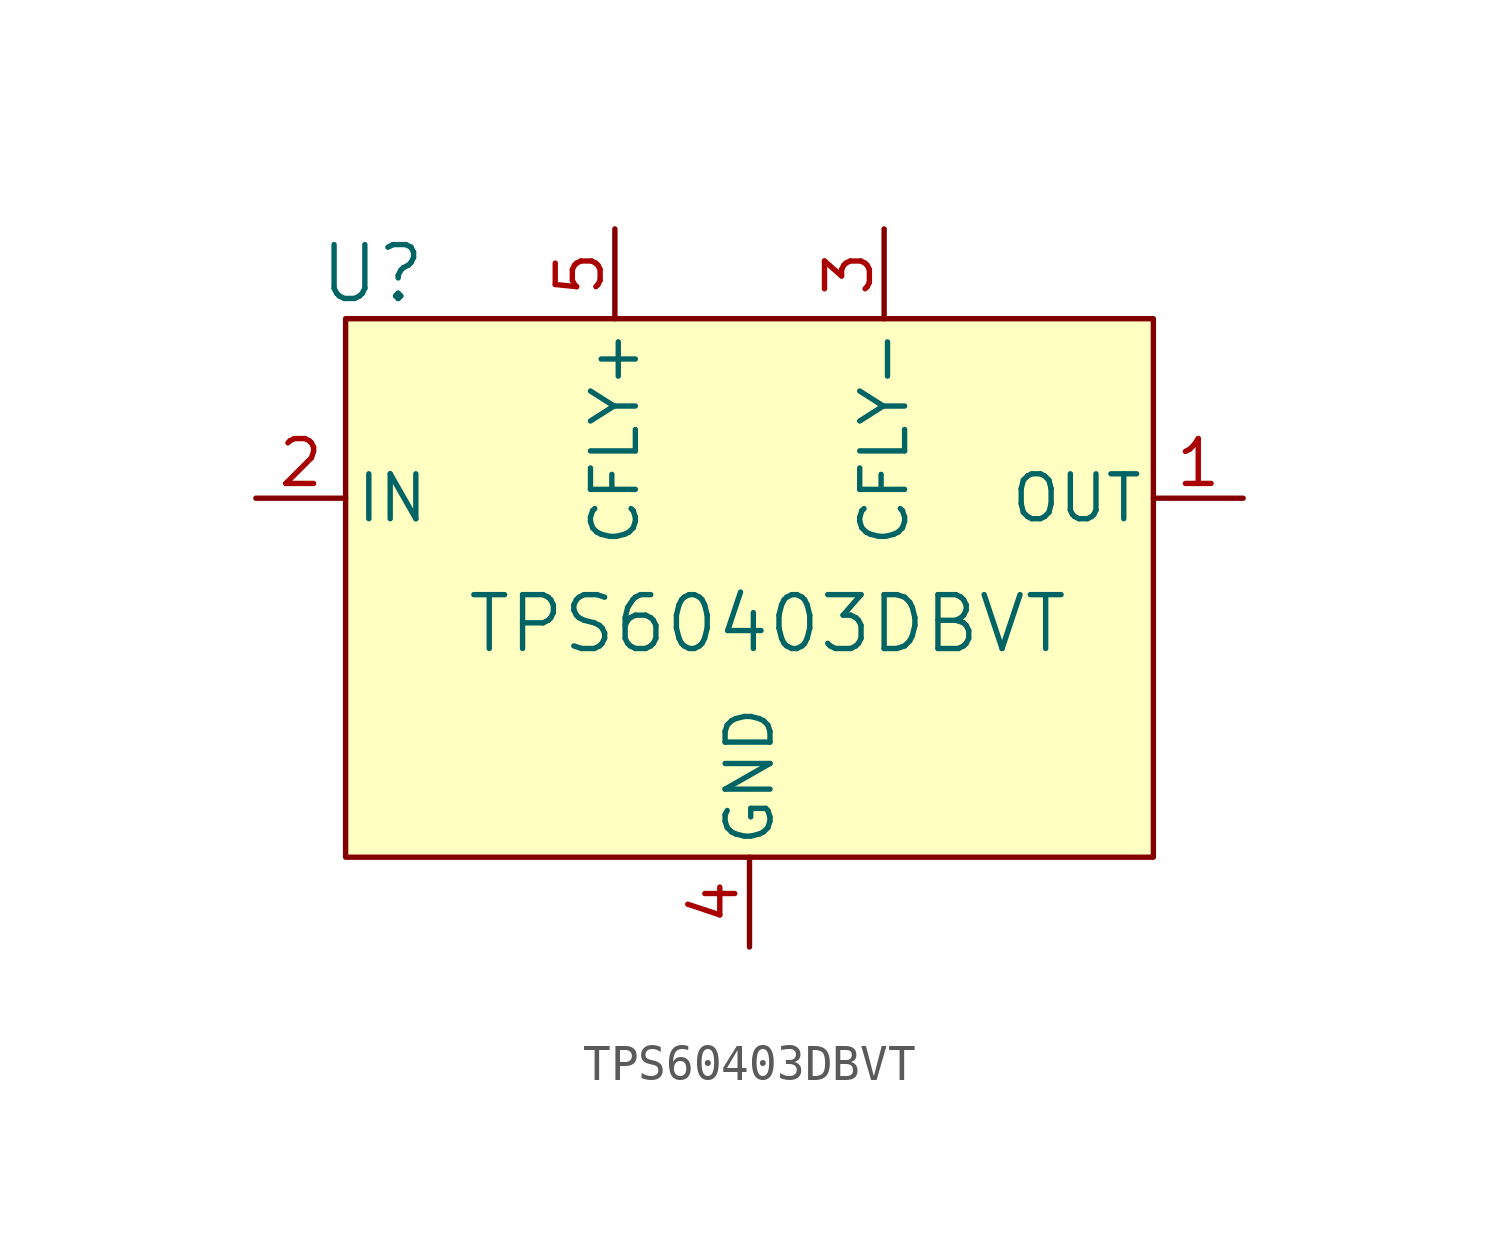
<source format=kicad_sym>
(kicad_symbol_lib
  (version 20241209)
  (generator "kicad_symbol_editor")
  (generator_version "9.0")
  (symbol "TPS60403DBVT"
    (pin_names
      (offset 0.254))
    (property "Reference" "U"
      (at -10.668 8.89 0)
      (effects (font (size 1.524 1.524))))
    (property "Value" "TPS60403DBVT"
      (at 0.508 -1.016 0)
      (effects (font (size 1.524 1.524))))
    (property "ki_locked" ""
      (at 0 0 0)
      (effects (font (size 1.27 1.27))))
    (symbol "TPS60403DBVT_1_1"
      (rectangle (start -11.43 7.62) (end 11.43 -7.62) (stroke (width 0) (type solid)) (fill (type background)))
      (pin power_in line (at -13.97 2.54 0) (length 2.54) (name "IN" (effects (font (size 1.27 1.27)))) (number "2" (effects (font (size 1.27 1.27)))))
      (pin passive line (at -3.81 10.16 270) (length 2.54) (name "CFLY+" (effects (font (size 1.27 1.27)))) (number "5" (effects (font (size 1.27 1.27)))))
      (pin power_out line (at 0 -10.16 90) (length 2.54) (name "GND" (effects (font (size 1.27 1.27)))) (number "4" (effects (font (size 1.27 1.27)))))
      (pin passive line (at 3.81 10.16 270) (length 2.54) (name "CFLY-" (effects (font (size 1.27 1.27)))) (number "3" (effects (font (size 1.27 1.27)))))
      (pin power_out line (at 13.97 2.54 180) (length 2.54) (name "OUT" (effects (font (size 1.27 1.27)))) (number "1" (effects (font (size 1.27 1.27))))))))
</source>
